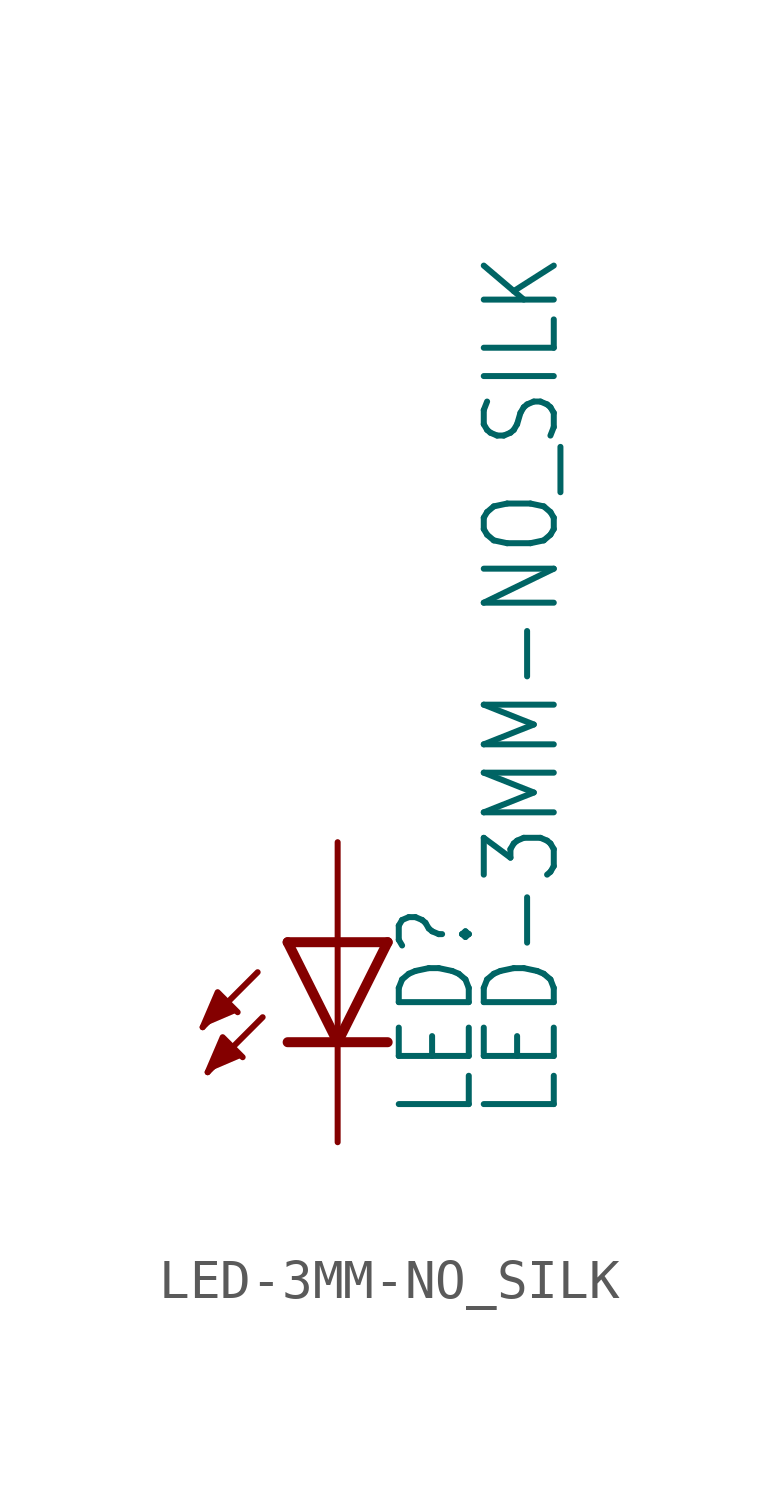
<source format=kicad_sym>
(kicad_symbol_lib
  (version 20211014)
  (generator kicad_symbol_editor)
  (symbol "LED-3MM-NO_SILK"
    (property "Reference" "LED"
      (at 3.556 -4.572 90)
      (effects (font (size 1.778 1.511)) (justify left bottom)))
    (property "Value" "LED-3MM-NO_SILK"
      (at 5.715 -4.572 90)
      (effects (font (size 1.778 1.511)) (justify left bottom)))
    (property "ki_locked" ""
      (at 0 0 0)
      (effects (font (size 1.27 1.27))))
    (symbol "LED-3MM-NO_SILK_1_0"
      (polyline (pts (xy -2.032 -0.762) (xy -3.429 -2.159)) (stroke (width 0.152) (type default) (color 0 0 0 0)) (fill (type none)))
      (polyline (pts (xy -1.905 -1.905) (xy -3.302 -3.302)) (stroke (width 0.152) (type default) (color 0 0 0 0)) (fill (type none)))
      (polyline (pts (xy 0 -2.54) (xy -1.27 -2.54)) (stroke (width 0.254) (type default) (color 0 0 0 0)) (fill (type none)))
      (polyline (pts (xy 0 -2.54) (xy -1.27 0)) (stroke (width 0.254) (type default) (color 0 0 0 0)) (fill (type none)))
      (polyline (pts (xy 0 0) (xy -1.27 0)) (stroke (width 0.254) (type default) (color 0 0 0 0)) (fill (type none)))
      (polyline (pts (xy 0 0) (xy 0 -2.54)) (stroke (width 0.152) (type default) (color 0 0 0 0)) (fill (type none)))
      (polyline (pts (xy 1.27 -2.54) (xy 0 -2.54)) (stroke (width 0.254) (type default) (color 0 0 0 0)) (fill (type none)))
      (polyline (pts (xy 1.27 0) (xy 0 -2.54)) (stroke (width 0.254) (type default) (color 0 0 0 0)) (fill (type none)))
      (polyline (pts (xy 1.27 0) (xy 0 0)) (stroke (width 0.254) (type default) (color 0 0 0 0)) (fill (type none)))
      (polyline (pts (xy -3.429 -2.159) (xy -3.048 -1.27) (xy -2.54 -1.778)) (stroke (width 0) (type default) (color 0 0 0 0)) (fill (type outline)))
      (polyline (pts (xy -3.302 -3.302) (xy -2.921 -2.413) (xy -2.413 -2.921)) (stroke (width 0) (type default) (color 0 0 0 0)) (fill (type outline)))
      (pin passive line (at 0 2.54 270) (length 2.54) (name "A" (effects (font (size 0 0)))) (number "A" (effects (font (size 0 0)))))
      (pin passive line (at 0 -5.08 90) (length 2.54) (name "C" (effects (font (size 0 0)))) (number "K" (effects (font (size 0 0))))))))
</source>
